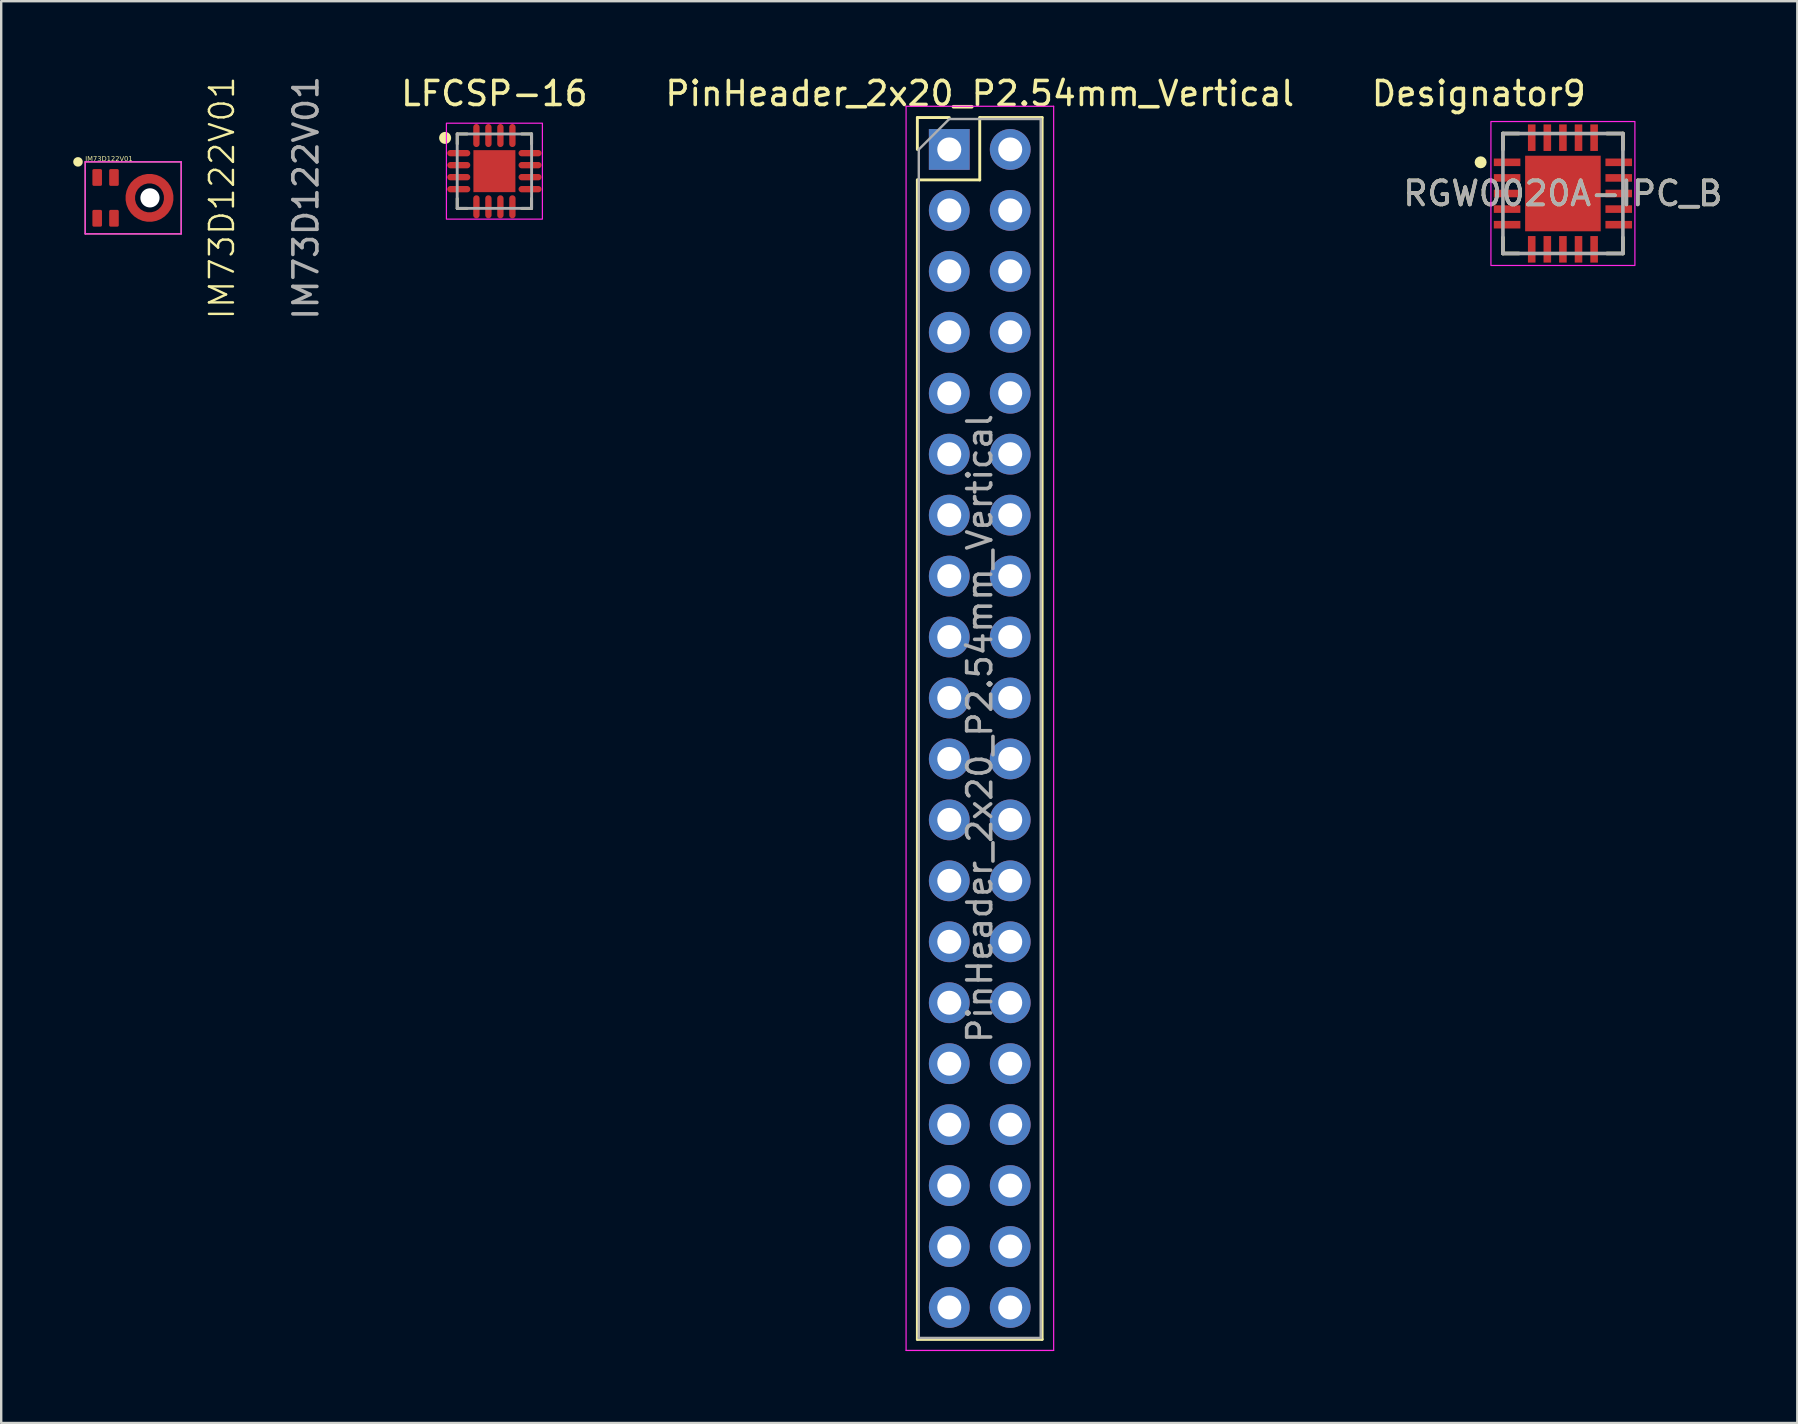
<source format=kicad_pcb>
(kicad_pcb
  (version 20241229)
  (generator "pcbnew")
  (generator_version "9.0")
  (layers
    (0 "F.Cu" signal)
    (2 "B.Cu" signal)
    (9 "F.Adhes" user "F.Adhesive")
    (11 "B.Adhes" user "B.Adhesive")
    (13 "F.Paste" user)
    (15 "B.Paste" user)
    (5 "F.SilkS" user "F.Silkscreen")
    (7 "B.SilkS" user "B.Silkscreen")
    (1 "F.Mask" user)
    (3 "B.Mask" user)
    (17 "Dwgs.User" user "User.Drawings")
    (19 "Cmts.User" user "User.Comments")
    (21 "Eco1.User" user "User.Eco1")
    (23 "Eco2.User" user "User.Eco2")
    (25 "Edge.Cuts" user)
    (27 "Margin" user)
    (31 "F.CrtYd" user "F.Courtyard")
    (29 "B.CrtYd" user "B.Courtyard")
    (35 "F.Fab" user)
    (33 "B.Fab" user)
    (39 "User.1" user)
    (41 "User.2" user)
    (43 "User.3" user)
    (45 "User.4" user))
  (footprint "RGW0020A-IPC_B"
    (layer "F.Cu")
    (at 62.083 5.014)
    (property "Reference" "RGW0020A-IPC_B" (at 0 0 0) (unlocked yes) (layer "F.SilkS") (effects (font (size 1 1) (thickness 0.15))))
    (attr smd)
    (fp_line (start -2.5 -2.5) (end -1.833 -2.5) (stroke (width 0.15) (type solid)) (layer "F.SilkS"))
    (fp_line (start -2.5 -1.833) (end -2.5 -2.5) (stroke (width 0.15) (type solid)) (layer "F.SilkS"))
    (fp_line (start -2.5 2.5) (end -2.5 1.833) (stroke (width 0.15) (type solid)) (layer "F.SilkS"))
    (fp_line (start -2.5 2.5) (end -1.833 2.5) (stroke (width 0.15) (type solid)) (layer "F.SilkS"))
    (fp_line (start 1.833 -2.5) (end 2.5 -2.5) (stroke (width 0.15) (type solid)) (layer "F.SilkS"))
    (fp_line (start 1.833 2.5) (end 2.5 2.5) (stroke (width 0.15) (type solid)) (layer "F.SilkS"))
    (fp_line (start 2.5 -1.833) (end 2.5 -2.5) (stroke (width 0.15) (type solid)) (layer "F.SilkS"))
    (fp_line (start 2.5 2.5) (end 2.5 1.833) (stroke (width 0.15) (type solid)) (layer "F.SilkS"))
    (fp_circle (center -3.429 -1.3) (end -3.304 -1.3) (stroke (width 0.25) (type solid)) (fill no) (layer "F.SilkS"))
    (fp_poly (pts (xy -0.996 0.996) (xy 0.996 0.996) (xy 0.996 -0.996) (xy -0.996 -0.996)) (stroke (width 0) (type solid)) (fill yes) (layer "F.Paste"))
    (fp_rect (start -3 -3) (end 3 3) (stroke (width 0.05) (type default)) (fill no) (layer "F.CrtYd"))
    (fp_line (start -2.5 -2.5) (end 2.5 -2.5) (stroke (width 0.15) (type solid)) (layer "F.Fab"))
    (fp_line (start -2.5 2.5) (end -2.5 -2.5) (stroke (width 0.15) (type solid)) (layer "F.Fab"))
    (fp_line (start -2.5 2.5) (end 2.5 2.5) (stroke (width 0.15) (type solid)) (layer "F.Fab"))
    (fp_line (start 2.5 2.5) (end 2.5 -2.5) (stroke (width 0.15) (type solid)) (layer "F.Fab"))
    (fp_text user "Designator9" (at -3.505 -4.166 0) (unlocked yes) (layer "F.SilkS") (effects (font (size 1 1) (thickness 0.15))))
    (fp_text user "${REFERENCE}" (at 0 0 0) (unlocked yes) (layer "F.Fab") (effects (font (size 1 1) (thickness 0.15))))
    (pad "1" smd rect (at -2.326 -1.3 90) (size 0.316 1.107) (layers "F.Cu" "F.Mask" "F.Paste"))
    (pad "2" smd rect (at -2.326 -0.65 90) (size 0.316 1.107) (layers "F.Cu" "F.Mask" "F.Paste"))
    (pad "3" smd rect (at -2.326 0 90) (size 0.316 1.107) (layers "F.Cu" "F.Mask" "F.Paste"))
    (pad "4" smd rect (at -2.326 0.65 90) (size 0.316 1.107) (layers "F.Cu" "F.Mask" "F.Paste"))
    (pad "5" smd rect (at -2.326 1.3 90) (size 0.316 1.107) (layers "F.Cu" "F.Mask" "F.Paste"))
    (pad "6" smd rect (at -1.3 2.326) (size 0.316 1.107) (layers "F.Cu" "F.Mask" "F.Paste"))
    (pad "7" smd rect (at -0.65 2.326) (size 0.316 1.107) (layers "F.Cu" "F.Mask" "F.Paste"))
    (pad "8" smd rect (at 0 2.326) (size 0.316 1.107) (layers "F.Cu" "F.Mask" "F.Paste"))
    (pad "9" smd rect (at 0.65 2.326) (size 0.316 1.107) (layers "F.Cu" "F.Mask" "F.Paste"))
    (pad "10" smd rect (at 1.3 2.326) (size 0.316 1.107) (layers "F.Cu" "F.Mask" "F.Paste"))
    (pad "11" smd rect (at 2.326 1.3 90) (size 0.316 1.107) (layers "F.Cu" "F.Mask" "F.Paste"))
    (pad "12" smd rect (at 2.326 0.65 90) (size 0.316 1.107) (layers "F.Cu" "F.Mask" "F.Paste"))
    (pad "13" smd rect (at 2.326 0 90) (size 0.316 1.107) (layers "F.Cu" "F.Mask" "F.Paste"))
    (pad "14" smd rect (at 2.326 -0.65 90) (size 0.316 1.107) (layers "F.Cu" "F.Mask" "F.Paste"))
    (pad "15" smd rect (at 2.326 -1.3 90) (size 0.316 1.107) (layers "F.Cu" "F.Mask" "F.Paste"))
    (pad "16" smd rect (at 1.3 -2.326) (size 0.316 1.107) (layers "F.Cu" "F.Mask" "F.Paste"))
    (pad "17" smd rect (at 0.65 -2.326) (size 0.316 1.107) (layers "F.Cu" "F.Mask" "F.Paste"))
    (pad "18" smd rect (at 0 -2.326) (size 0.316 1.107) (layers "F.Cu" "F.Mask" "F.Paste"))
    (pad "19" smd rect (at -0.65 -2.326) (size 0.316 1.107) (layers "F.Cu" "F.Mask" "F.Paste"))
    (pad "20" smd rect (at -1.3 -2.326) (size 0.316 1.107) (layers "F.Cu" "F.Mask" "F.Paste"))
    (pad "21" smd rect (at 0 0) (size 3.15 3.15) (layers "F.Cu" "F.Mask")))
  (footprint "LFCSP-16"
    (layer "F.Cu")
    (at 17.554 4.083)
    (property "Reference" "LFCSP-16" (at 0 -3.235 0) (layer "F.SilkS") (effects (font (size 1 1) (thickness 0.15))))
    (attr smd)
    (fp_line (start -1.55 -1.55) (end -1.136 -1.55) (stroke (width 0.12) (type solid)) (layer "F.SilkS"))
    (fp_line (start -1.55 -1.136) (end -1.55 -1.55) (stroke (width 0.12) (type solid)) (layer "F.SilkS"))
    (fp_line (start -1.55 1.136) (end -1.55 1.55) (stroke (width 0.12) (type solid)) (layer "F.SilkS"))
    (fp_line (start -1.55 1.55) (end -1.136 1.55) (stroke (width 0.12) (type solid)) (layer "F.SilkS"))
    (fp_line (start 1.55 -1.55) (end 1.136 -1.55) (stroke (width 0.12) (type solid)) (layer "F.SilkS"))
    (fp_line (start 1.55 -1.136) (end 1.55 -1.55) (stroke (width 0.12) (type solid)) (layer "F.SilkS"))
    (fp_line (start 1.55 1.136) (end 1.55 1.55) (stroke (width 0.12) (type solid)) (layer "F.SilkS"))
    (fp_line (start 1.55 1.55) (end 1.136 1.55) (stroke (width 0.12) (type solid)) (layer "F.SilkS"))
    (fp_circle (center -2.054 -1.386) (end -1.804 -1.386) (stroke (width 0) (type solid)) (fill yes) (layer "F.SilkS"))
    (fp_rect (start -0.75 -0.75) (end -0.25 -0.25) (stroke (width 0.1) (type solid)) (fill yes) (layer "F.Paste"))
    (fp_rect (start -0.75 0.25) (end -0.25 0.75) (stroke (width 0.1) (type solid)) (fill yes) (layer "F.Paste"))
    (fp_rect (start 0.25 -0.75) (end 0.75 -0.25) (stroke (width 0.1) (type solid)) (fill yes) (layer "F.Paste"))
    (fp_rect (start 0.25 0.25) (end 0.75 0.75) (stroke (width 0.1) (type solid)) (fill yes) (layer "F.Paste"))
    (fp_rect (start -2 -2) (end 2 2) (stroke (width 0.05) (type default)) (fill no) (layer "F.CrtYd"))
    (fp_line (start -1.55 -1.55) (end 1.55 -1.55) (stroke (width 0.12) (type solid)) (layer "F.Fab"))
    (fp_line (start -1.55 1.55) (end -1.55 -1.55) (stroke (width 0.12) (type solid)) (layer "F.Fab"))
    (fp_line (start 1.55 -1.55) (end 1.55 1.55) (stroke (width 0.12) (type solid)) (layer "F.Fab"))
    (fp_line (start 1.55 1.55) (end -1.55 1.55) (stroke (width 0.12) (type solid)) (layer "F.Fab"))
    (pad "1" smd oval (at -1.485 -0.75) (size 0.96 0.264) (layers "F.Cu" "F.Mask" "F.Paste"))
    (pad "2" smd oval (at -1.485 -0.25) (size 0.96 0.264) (layers "F.Cu" "F.Mask" "F.Paste"))
    (pad "3" smd oval (at -1.485 0.25) (size 0.96 0.264) (layers "F.Cu" "F.Mask" "F.Paste"))
    (pad "4" smd oval (at -1.485 0.75) (size 0.96 0.264) (layers "F.Cu" "F.Mask" "F.Paste"))
    (pad "5" smd oval (at -0.75 1.485) (size 0.264 0.96) (layers "F.Cu" "F.Mask" "F.Paste"))
    (pad "6" smd oval (at -0.25 1.485) (size 0.264 0.96) (layers "F.Cu" "F.Mask" "F.Paste"))
    (pad "7" smd oval (at 0.25 1.485) (size 0.264 0.96) (layers "F.Cu" "F.Mask" "F.Paste"))
    (pad "8" smd oval (at 0.75 1.485) (size 0.264 0.96) (layers "F.Cu" "F.Mask" "F.Paste"))
    (pad "9" smd oval (at 1.485 0.75) (size 0.96 0.264) (layers "F.Cu" "F.Mask" "F.Paste"))
    (pad "10" smd oval (at 1.485 0.25) (size 0.96 0.264) (layers "F.Cu" "F.Mask" "F.Paste"))
    (pad "11" smd oval (at 1.485 -0.25) (size 0.96 0.264) (layers "F.Cu" "F.Mask" "F.Paste"))
    (pad "12" smd oval (at 1.485 -0.75) (size 0.96 0.264) (layers "F.Cu" "F.Mask" "F.Paste"))
    (pad "13" smd oval (at 0.75 -1.485) (size 0.264 0.96) (layers "F.Cu" "F.Mask" "F.Paste"))
    (pad "14" smd oval (at 0.25 -1.485) (size 0.264 0.96) (layers "F.Cu" "F.Mask" "F.Paste"))
    (pad "15" smd oval (at -0.25 -1.485) (size 0.264 0.96) (layers "F.Cu" "F.Mask" "F.Paste"))
    (pad "16" smd oval (at -0.75 -1.485) (size 0.264 0.96) (layers "F.Cu" "F.Mask" "F.Paste"))
    (pad "17" smd rect (at 0 0) (size 1.75 1.75) (layers "F.Cu" "F.Mask")))
  (footprint "IM73D122V01"
    (layer "F.Cu")
    (at 2.5 5.196)
    (property "Reference" "IM73D122V01" (at 3.7 0 90) (unlocked yes) (layer "F.SilkS") (effects (font (size 1 1) (thickness 0.1))))
    (attr smd)
    (fp_line (start -2 1.5) (end -2 -1.5) (stroke (width 0.05) (type solid)) (layer "F.SilkS"))
    (fp_line (start 2 -1.5) (end -2 -1.5) (stroke (width 0.05) (type solid)) (layer "F.SilkS"))
    (fp_line (start 2 1.5) (end -2 1.5) (stroke (width 0.05) (type solid)) (layer "F.SilkS"))
    (fp_line (start 2 1.5) (end 2 -1.5) (stroke (width 0.05) (type solid)) (layer "F.SilkS"))
    (fp_circle (center -2.3 -1.5) (end -2.2 -1.5) (stroke (width 0.2) (type solid)) (fill no) (layer "F.SilkS"))
    (fp_line (start -2 1.5) (end -2 -1.5) (stroke (width 0.05) (type default)) (layer "F.CrtYd"))
    (fp_line (start 2 -1.5) (end -2 -1.5) (stroke (width 0.05) (type solid)) (layer "F.CrtYd"))
    (fp_line (start 2 1.5) (end -2 1.5) (stroke (width 0.05) (type solid)) (layer "F.CrtYd"))
    (fp_line (start 2 1.5) (end 2 -1.5) (stroke (width 0.05) (type solid)) (layer "F.CrtYd"))
    (fp_text user "IM73D122V01" (at -2 -1.5 0) (unlocked yes) (layer "F.SilkS") (effects (font (face "FiraCode Nerd Font Mono") (size 0.2 0.2) (thickness 0.05)) (justify left bottom)))
    (fp_text user "${REFERENCE}" (at 7.2 0 90) (unlocked yes) (layer "F.Fab") (effects (font (size 1 1) (thickness 0.15))))
    (pad "" np_thru_hole circle (at 0.7 0) (size 0.8 0.8) (drill 0.8) (layers "*.Cu" "*.Mask"))
    (pad "1" smd roundrect (at -1.5 -0.85 90) (size 0.7 0.4) (layers "F.Cu" "F.Mask" "F.Paste") (roundrect_rratio 0.15))
    (pad "2" smd roundrect (at -0.8 -0.85 90) (size 0.7 0.4) (layers "F.Cu" "F.Mask" "F.Paste") (roundrect_rratio 0.15))
    (pad "3" smd roundrect (at -1.5 0.85 90) (size 0.7 0.4) (layers "F.Cu" "F.Mask" "F.Paste") (roundrect_rratio 0.15))
    (pad "4" smd roundrect (at -0.8 0.85 90) (size 0.7 0.4) (layers "F.Cu" "F.Mask" "F.Paste") (roundrect_rratio 0.15))
    (pad "5" smd custom (at -0.08 0 90) (size 0.2 0.2) (layers "F.Cu" "F.Mask" "F.Paste") (options (anchor circle)) (primitives (gr_circle (center 0 0.76) (end 0.8 0.76) (width 0.4) (fill no)))))
  (footprint "PinHeader_2x20_P2.54mm_Vertical"
    (layer "F.Cu")
    (at 36.51 3.178)
    (property "Reference" "PinHeader_2x20_P2.54mm_Vertical" (at 1.27 -2.33 0) (layer "F.SilkS") (effects (font (size 1 1) (thickness 0.15))))
    (attr through_hole)
    (fp_line (start -1.33 -1.33) (end 0 -1.33) (stroke (width 0.12) (type solid)) (layer "F.SilkS"))
    (fp_line (start -1.33 0) (end -1.33 -1.33) (stroke (width 0.12) (type solid)) (layer "F.SilkS"))
    (fp_line (start -1.33 1.27) (end -1.33 49.59) (stroke (width 0.12) (type solid)) (layer "F.SilkS"))
    (fp_line (start -1.33 1.27) (end 1.27 1.27) (stroke (width 0.12) (type solid)) (layer "F.SilkS"))
    (fp_line (start -1.33 49.59) (end 3.87 49.59) (stroke (width 0.12) (type solid)) (layer "F.SilkS"))
    (fp_line (start 1.27 -1.33) (end 3.87 -1.33) (stroke (width 0.12) (type solid)) (layer "F.SilkS"))
    (fp_line (start 1.27 1.27) (end 1.27 -1.33) (stroke (width 0.12) (type solid)) (layer "F.SilkS"))
    (fp_line (start 3.87 -1.33) (end 3.87 49.59) (stroke (width 0.12) (type solid)) (layer "F.SilkS"))
    (fp_line (start -1.8 -1.8) (end -1.8 50.05) (stroke (width 0.05) (type solid)) (layer "F.CrtYd"))
    (fp_line (start -1.8 50.05) (end 4.35 50.05) (stroke (width 0.05) (type solid)) (layer "F.CrtYd"))
    (fp_line (start 4.35 -1.8) (end -1.8 -1.8) (stroke (width 0.05) (type solid)) (layer "F.CrtYd"))
    (fp_line (start 4.35 50.05) (end 4.35 -1.8) (stroke (width 0.05) (type solid)) (layer "F.CrtYd"))
    (fp_line (start -1.27 0) (end 0 -1.27) (stroke (width 0.1) (type solid)) (layer "F.Fab"))
    (fp_line (start -1.27 49.53) (end -1.27 0) (stroke (width 0.1) (type solid)) (layer "F.Fab"))
    (fp_line (start 0 -1.27) (end 3.81 -1.27) (stroke (width 0.1) (type solid)) (layer "F.Fab"))
    (fp_line (start 3.81 -1.27) (end 3.81 49.53) (stroke (width 0.1) (type solid)) (layer "F.Fab"))
    (fp_line (start 3.81 49.53) (end -1.27 49.53) (stroke (width 0.1) (type solid)) (layer "F.Fab"))
    (fp_text user "${REFERENCE}" (at 1.27 24.13 90) (layer "F.Fab") (effects (font (size 1 1) (thickness 0.15))))
    (pad "1" thru_hole rect (at 0 0) (size 1.7 1.7) (drill 1) (layers "*.Cu" "*.Mask"))
    (pad "2" thru_hole oval (at 2.54 0) (size 1.7 1.7) (drill 1) (layers "*.Cu" "*.Mask"))
    (pad "3" thru_hole oval (at 0 2.54) (size 1.7 1.7) (drill 1) (layers "*.Cu" "*.Mask"))
    (pad "4" thru_hole oval (at 2.54 2.54) (size 1.7 1.7) (drill 1) (layers "*.Cu" "*.Mask"))
    (pad "5" thru_hole oval (at 0 5.08) (size 1.7 1.7) (drill 1) (layers "*.Cu" "*.Mask"))
    (pad "6" thru_hole oval (at 2.54 5.08) (size 1.7 1.7) (drill 1) (layers "*.Cu" "*.Mask"))
    (pad "7" thru_hole oval (at 0 7.62) (size 1.7 1.7) (drill 1) (layers "*.Cu" "*.Mask"))
    (pad "8" thru_hole oval (at 2.54 7.62) (size 1.7 1.7) (drill 1) (layers "*.Cu" "*.Mask"))
    (pad "9" thru_hole oval (at 0 10.16) (size 1.7 1.7) (drill 1) (layers "*.Cu" "*.Mask"))
    (pad "10" thru_hole oval (at 2.54 10.16) (size 1.7 1.7) (drill 1) (layers "*.Cu" "*.Mask"))
    (pad "11" thru_hole oval (at 0 12.7) (size 1.7 1.7) (drill 1) (layers "*.Cu" "*.Mask"))
    (pad "12" thru_hole oval (at 2.54 12.7) (size 1.7 1.7) (drill 1) (layers "*.Cu" "*.Mask"))
    (pad "13" thru_hole oval (at 0 15.24) (size 1.7 1.7) (drill 1) (layers "*.Cu" "*.Mask"))
    (pad "14" thru_hole oval (at 2.54 15.24) (size 1.7 1.7) (drill 1) (layers "*.Cu" "*.Mask"))
    (pad "15" thru_hole oval (at 0 17.78) (size 1.7 1.7) (drill 1) (layers "*.Cu" "*.Mask"))
    (pad "16" thru_hole oval (at 2.54 17.78) (size 1.7 1.7) (drill 1) (layers "*.Cu" "*.Mask"))
    (pad "17" thru_hole oval (at 0 20.32) (size 1.7 1.7) (drill 1) (layers "*.Cu" "*.Mask"))
    (pad "18" thru_hole oval (at 2.54 20.32) (size 1.7 1.7) (drill 1) (layers "*.Cu" "*.Mask"))
    (pad "19" thru_hole oval (at 0 22.86) (size 1.7 1.7) (drill 1) (layers "*.Cu" "*.Mask"))
    (pad "20" thru_hole oval (at 2.54 22.86) (size 1.7 1.7) (drill 1) (layers "*.Cu" "*.Mask"))
    (pad "21" thru_hole oval (at 0 25.4) (size 1.7 1.7) (drill 1) (layers "*.Cu" "*.Mask"))
    (pad "22" thru_hole oval (at 2.54 25.4) (size 1.7 1.7) (drill 1) (layers "*.Cu" "*.Mask"))
    (pad "23" thru_hole oval (at 0 27.94) (size 1.7 1.7) (drill 1) (layers "*.Cu" "*.Mask"))
    (pad "24" thru_hole oval (at 2.54 27.94) (size 1.7 1.7) (drill 1) (layers "*.Cu" "*.Mask"))
    (pad "25" thru_hole oval (at 0 30.48) (size 1.7 1.7) (drill 1) (layers "*.Cu" "*.Mask"))
    (pad "26" thru_hole oval (at 2.54 30.48) (size 1.7 1.7) (drill 1) (layers "*.Cu" "*.Mask"))
    (pad "27" thru_hole oval (at 0 33.02) (size 1.7 1.7) (drill 1) (layers "*.Cu" "*.Mask"))
    (pad "28" thru_hole oval (at 2.54 33.02) (size 1.7 1.7) (drill 1) (layers "*.Cu" "*.Mask"))
    (pad "29" thru_hole oval (at 0 35.56) (size 1.7 1.7) (drill 1) (layers "*.Cu" "*.Mask"))
    (pad "30" thru_hole oval (at 2.54 35.56) (size 1.7 1.7) (drill 1) (layers "*.Cu" "*.Mask"))
    (pad "31" thru_hole oval (at 0 38.1) (size 1.7 1.7) (drill 1) (layers "*.Cu" "*.Mask"))
    (pad "32" thru_hole oval (at 2.54 38.1) (size 1.7 1.7) (drill 1) (layers "*.Cu" "*.Mask"))
    (pad "33" thru_hole oval (at 0 40.64) (size 1.7 1.7) (drill 1) (layers "*.Cu" "*.Mask"))
    (pad "34" thru_hole oval (at 2.54 40.64) (size 1.7 1.7) (drill 1) (layers "*.Cu" "*.Mask"))
    (pad "35" thru_hole oval (at 0 43.18) (size 1.7 1.7) (drill 1) (layers "*.Cu" "*.Mask"))
    (pad "36" thru_hole oval (at 2.54 43.18) (size 1.7 1.7) (drill 1) (layers "*.Cu" "*.Mask"))
    (pad "37" thru_hole oval (at 0 45.72) (size 1.7 1.7) (drill 1) (layers "*.Cu" "*.Mask"))
    (pad "38" thru_hole oval (at 2.54 45.72) (size 1.7 1.7) (drill 1) (layers "*.Cu" "*.Mask"))
    (pad "39" thru_hole oval (at 0 48.26) (size 1.7 1.7) (drill 1) (layers "*.Cu" "*.Mask"))
    (pad "40" thru_hole oval (at 2.54 48.26) (size 1.7 1.7) (drill 1) (layers "*.Cu" "*.Mask")))
  (gr_rect
    (start -3 -3)
    (end 71.851 56.253)
    (stroke (width 0.1) (type default))
    (fill no)
    (layer "Edge.Cuts")))
</source>
